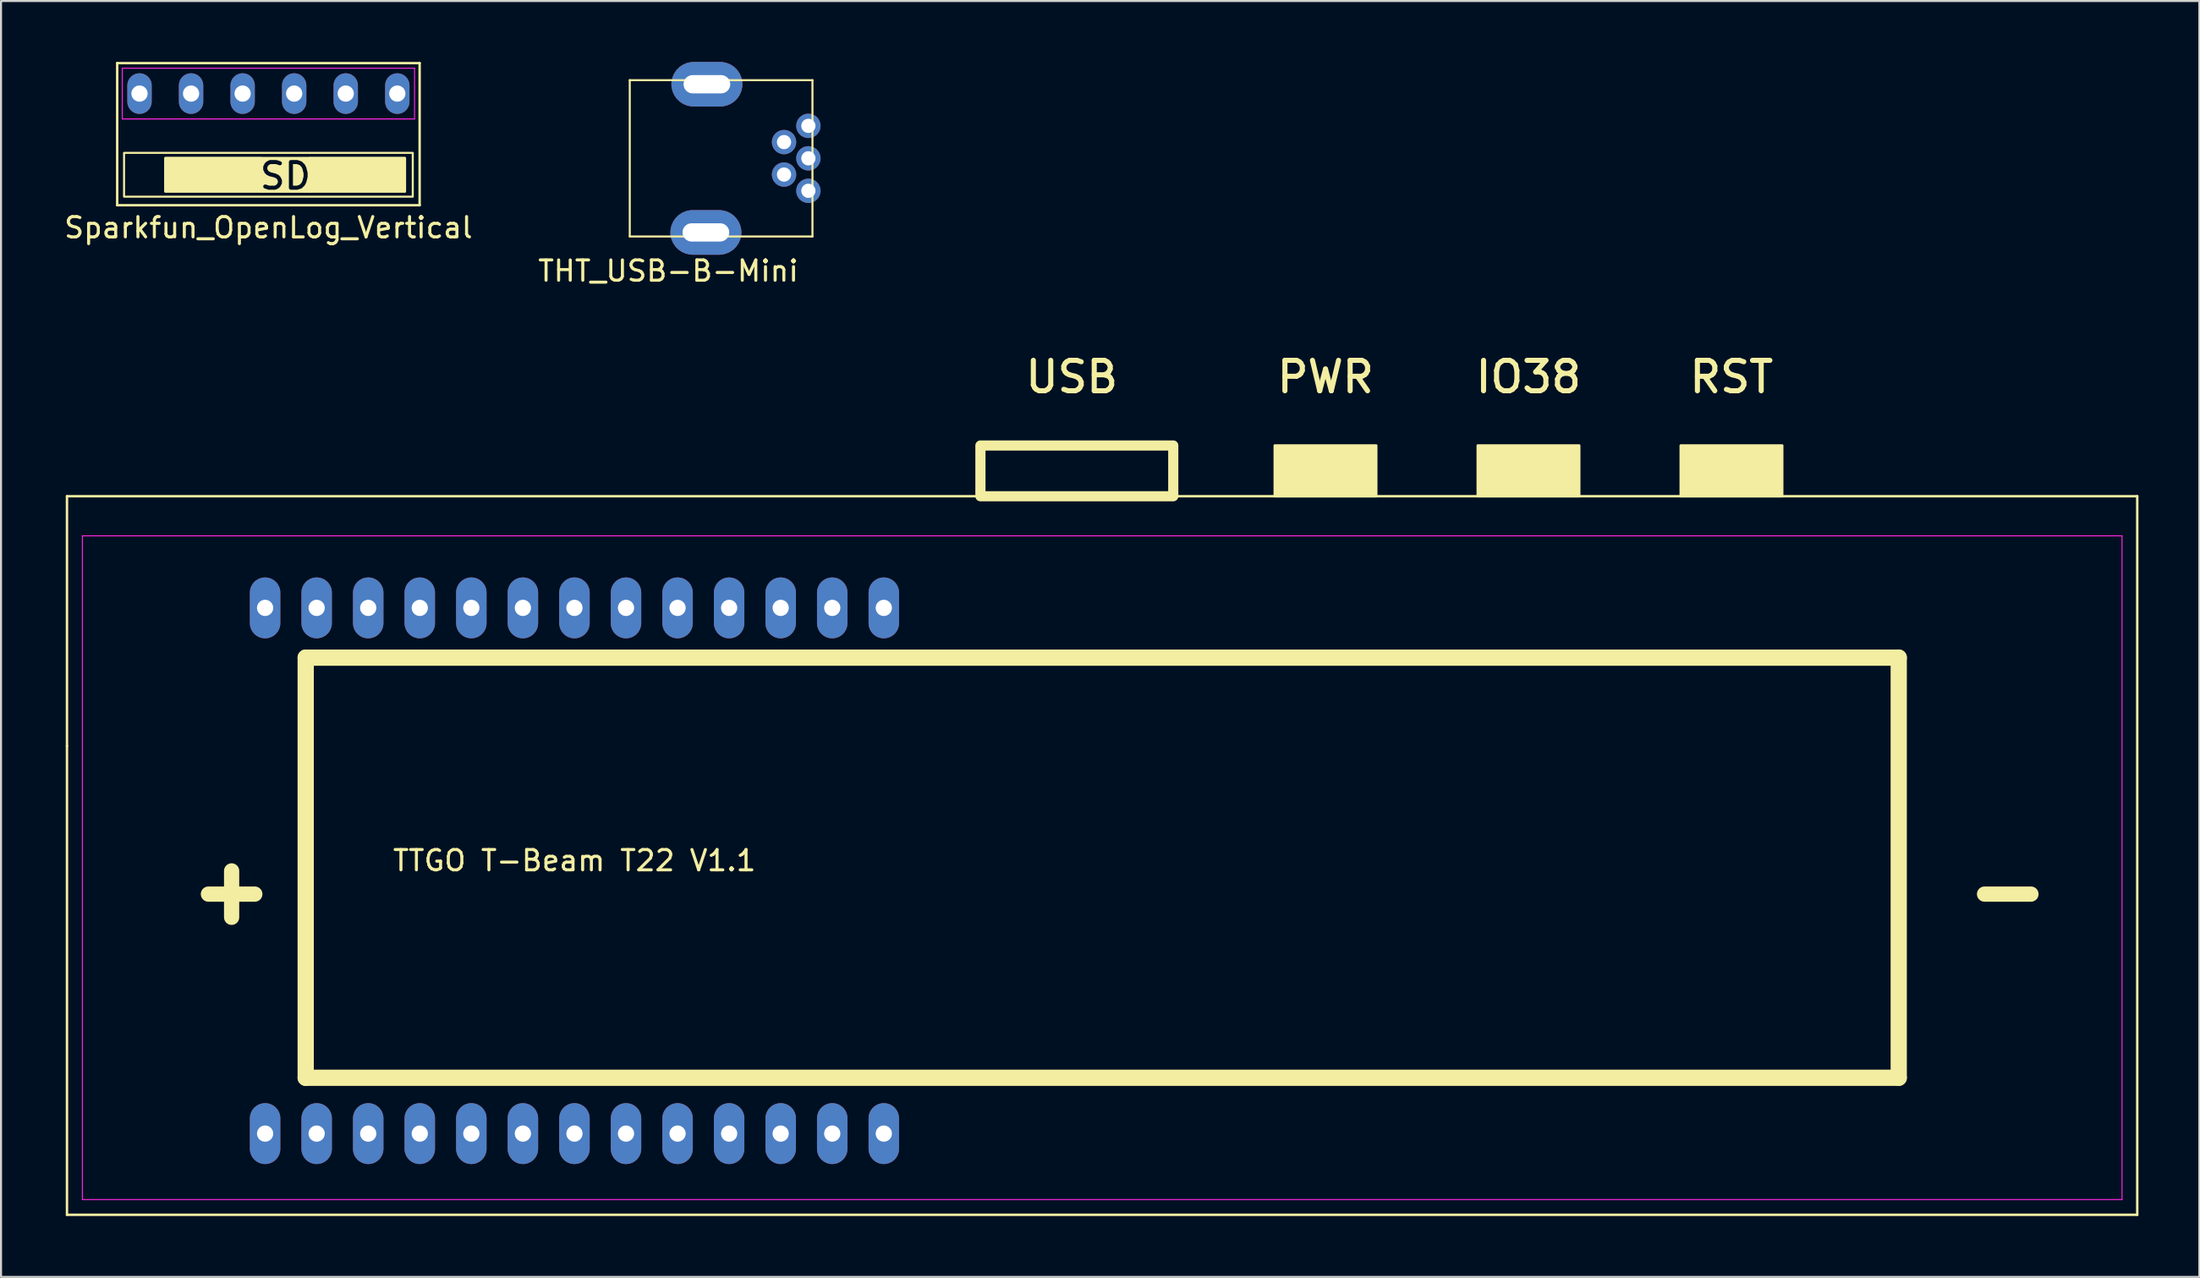
<source format=kicad_pcb>
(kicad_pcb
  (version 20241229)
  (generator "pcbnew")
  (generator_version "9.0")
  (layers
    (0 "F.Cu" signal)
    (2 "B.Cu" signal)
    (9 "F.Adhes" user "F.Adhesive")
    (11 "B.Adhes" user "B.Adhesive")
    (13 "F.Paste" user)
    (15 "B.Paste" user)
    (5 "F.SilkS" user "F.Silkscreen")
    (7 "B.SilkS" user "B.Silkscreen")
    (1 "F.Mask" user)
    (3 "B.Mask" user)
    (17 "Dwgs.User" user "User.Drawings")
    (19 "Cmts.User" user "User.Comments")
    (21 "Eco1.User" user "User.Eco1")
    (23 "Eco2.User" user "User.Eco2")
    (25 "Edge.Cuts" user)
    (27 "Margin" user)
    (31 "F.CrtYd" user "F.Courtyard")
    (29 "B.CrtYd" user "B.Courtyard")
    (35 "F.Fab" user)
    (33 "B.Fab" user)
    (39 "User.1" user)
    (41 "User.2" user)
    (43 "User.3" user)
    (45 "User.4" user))
  (footprint "THT_USB-B-Mini"
    (layer "F.Cu")
    (at 27.975 8.6)
    (property "Reference" "THT_USB-B-Mini" (at 1.9 1.7 0) (layer "F.SilkS") (effects (font (size 1 1) (thickness 0.15))))
    (attr through_hole)
    (fp_line (start 0 -7.7) (end 9 -7.7) (stroke (width 0.1) (type solid)) (layer "F.SilkS"))
    (fp_line (start 0 0) (end 0 -7.7) (stroke (width 0.1) (type solid)) (layer "F.SilkS"))
    (fp_line (start 9 -7.7) (end 9 0) (stroke (width 0.1) (type solid)) (layer "F.SilkS"))
    (fp_line (start 9 0) (end 0 0) (stroke (width 0.1) (type solid)) (layer "F.SilkS"))
    (pad "1" thru_hole circle (at 8.8 -5.45 90) (size 1.2 1.2) (drill 0.7) (layers "*.Cu" "*.Mask"))
    (pad "2" thru_hole circle (at 7.6 -4.65 90) (size 1.2 1.2) (drill 0.7) (layers "*.Cu" "*.Mask"))
    (pad "3" thru_hole circle (at 8.8 -3.85 90) (size 1.2 1.2) (drill 0.7) (layers "*.Cu" "*.Mask"))
    (pad "4" thru_hole circle (at 7.6 -3.05 90) (size 1.2 1.2) (drill 0.7) (layers "*.Cu" "*.Mask"))
    (pad "5" thru_hole circle (at 8.8 -2.25 90) (size 1.2 1.2) (drill 0.7) (layers "*.Cu" "*.Mask"))
    (pad "6" thru_hole roundrect (at 3.75 -0.2 90) (size 2.2 3.5) (drill oval 0.9 2.3) (layers "*.Cu" "*.Mask") (roundrect_rratio 0.5))
    (pad "7" thru_hole roundrect (at 3.8 -7.5 90) (size 2.2 3.5) (drill oval 0.9 2.3) (layers "*.Cu" "*.Mask") (roundrect_rratio 0.5)))
  (footprint "Sparkfun_OpenLog_Vertical"
    (layer "F.Cu")
    (at 10.173 1.56)
    (property "Reference" "Sparkfun_OpenLog_Vertical" (at 0 6.604 0) (layer "F.SilkS") (effects (font (size 1 1) (thickness 0.15))))
    (attr through_hole)
    (fp_line (start -7.45 -1.5) (end 7.45 -1.5) (stroke (width 0.12) (type default)) (layer "F.SilkS"))
    (fp_line (start -7.45 5.5) (end -7.45 -1.5) (stroke (width 0.12) (type solid)) (layer "F.SilkS"))
    (fp_line (start 7.45 -1.5) (end 7.45 5.5) (stroke (width 0.12) (type solid)) (layer "F.SilkS"))
    (fp_line (start 7.45 5.5) (end -7.45 5.5) (stroke (width 0.12) (type solid)) (layer "F.SilkS"))
    (fp_rect (start -7.112 2.921) (end 7.112 5.08) (stroke (width 0.1) (type default)) (fill no) (layer "F.SilkS"))
    (fp_rect (start -5.08 3.175) (end -0.381 4.826) (stroke (width 0.1) (type solid)) (fill yes) (layer "F.SilkS"))
    (fp_rect (start -5.08 3.175) (end 6.731 4.826) (stroke (width 0.1) (type solid)) (fill no) (layer "F.SilkS"))
    (fp_rect (start 2.032 3.175) (end 6.731 4.826) (stroke (width 0.1) (type solid)) (fill yes) (layer "F.SilkS"))
    (fp_line (start -7.2 -1.25) (end 7.2 -1.25) (stroke (width 0.05) (type default)) (layer "F.CrtYd"))
    (fp_line (start -7.2 1.25) (end -7.2 -1.25) (stroke (width 0.05) (type default)) (layer "F.CrtYd"))
    (fp_line (start 7.2 -1.25) (end 7.2 1.25) (stroke (width 0.05) (type default)) (layer "F.CrtYd"))
    (fp_line (start 7.2 1.25) (end -7.2 1.25) (stroke (width 0.05) (type default)) (layer "F.CrtYd"))
    (fp_text user "SD" (at 0.838 4.064 0) (unlocked yes) (layer "F.SilkS" knockout) (effects (font (size 1.265 1.265) (thickness 0.2))))
    (pad "1" thru_hole oval (at -6.35 0) (size 1.2 2) (drill 0.8) (layers "*.Cu" "*.Mask"))
    (pad "2" thru_hole oval (at -3.81 0) (size 1.2 2) (drill 0.8) (layers "*.Cu" "*.Mask"))
    (pad "3" thru_hole oval (at -1.27 0) (size 1.2 2) (drill 0.8) (layers "*.Cu" "*.Mask"))
    (pad "4" thru_hole oval (at 1.27 0) (size 1.2 2) (drill 0.8) (layers "*.Cu" "*.Mask"))
    (pad "5" thru_hole oval (at 3.81 0) (size 1.2 2) (drill 0.8) (layers "*.Cu" "*.Mask"))
    (pad "6" thru_hole oval (at 6.35 0) (size 1.2 2) (drill 0.8) (layers "*.Cu" "*.Mask")))
  (footprint "TTGO T-Beam T22 V1.1"
    (layer "F.Cu")
    (at 0.25 21.398)
    (property "Reference" "TTGO T-Beam T22 V1.1" (at 25 17.95 0) (unlocked yes) (layer "F.SilkS") (effects (font (size 1 1) (thickness 0.15))))
    (attr through_hole)
    (fp_line (start 0 0) (end 0 12.3) (stroke (width 0.12) (type default)) (layer "F.SilkS"))
    (fp_line (start 0 12.3) (end 0 35.4) (stroke (width 0.12) (type default)) (layer "F.SilkS"))
    (fp_line (start 0 35.4) (end 101.99 35.4) (stroke (width 0.12) (type default)) (layer "F.SilkS"))
    (fp_line (start 11.76 7.95) (end 11.76 28.65) (stroke (width 0.8) (type default)) (layer "F.SilkS"))
    (fp_line (start 11.76 28.65) (end 90.24 28.65) (stroke (width 0.8) (type default)) (layer "F.SilkS"))
    (fp_line (start 90.24 7.95) (end 11.76 7.95) (stroke (width 0.8) (type default)) (layer "F.SilkS"))
    (fp_line (start 90.24 7.95) (end 90.24 28.65) (stroke (width 0.8) (type default)) (layer "F.SilkS"))
    (fp_line (start 101.99 0) (end 0 0) (stroke (width 0.12) (type default)) (layer "F.SilkS"))
    (fp_line (start 101.99 35.4) (end 101.99 0) (stroke (width 0.12) (type default)) (layer "F.SilkS"))
    (fp_rect (start 54.5 0) (end 45 -2.5) (stroke (width 0.5) (type solid)) (fill no) (layer "F.SilkS"))
    (fp_rect (start 64.5 0) (end 59.5 -2.5) (stroke (width 0.12) (type solid)) (fill yes) (layer "F.SilkS"))
    (fp_rect (start 74.5 0) (end 69.5 -2.5) (stroke (width 0.12) (type solid)) (fill yes) (layer "F.SilkS"))
    (fp_rect (start 84.5 0) (end 79.5 -2.5) (stroke (width 0.12) (type solid)) (fill yes) (layer "F.SilkS"))
    (fp_line (start 0.76 34.65) (end 0.76 1.95) (stroke (width 0.05) (type default)) (layer "F.CrtYd"))
    (fp_line (start 0.76 34.65) (end 101.24 34.65) (stroke (width 0.05) (type default)) (layer "F.CrtYd"))
    (fp_line (start 101.24 1.95) (end 0.76 1.95) (stroke (width 0.05) (type default)) (layer "F.CrtYd"))
    (fp_line (start 101.24 1.95) (end 101.24 34.65) (stroke (width 0.05) (type default)) (layer "F.CrtYd"))
    (fp_text user "+" (at 5.76 21.15 0) (unlocked yes) (layer "F.SilkS") (effects (font (size 3 3) (thickness 0.75) (bold yes)) (justify left bottom)))
    (fp_text user "RST" (at 82 -5 0) (unlocked yes) (layer "F.SilkS") (effects (font (size 1.5 1.5) (thickness 0.25) (bold yes)) (justify bottom)))
    (fp_text user "PWR" (at 62 -5 0) (unlocked yes) (layer "F.SilkS") (effects (font (size 1.5 1.5) (thickness 0.25) (bold yes)) (justify bottom)))
    (fp_text user "-" (at 93.26 21.15 0) (unlocked yes) (layer "F.SilkS") (effects (font (size 3 3) (thickness 0.75) (bold yes)) (justify left bottom)))
    (fp_text user "IO38" (at 72 -5 0) (unlocked yes) (layer "F.SilkS") (effects (font (size 1.5 1.5) (thickness 0.25) (bold yes)) (justify bottom)))
    (fp_text user "USB" (at 49.5 -5 0) (unlocked yes) (layer "F.SilkS") (effects (font (size 1.5 1.5) (thickness 0.25) (bold yes)) (justify bottom)))
    (pad "1" thru_hole oval (at 9.76 5.5) (size 1.5 3) (drill 0.8) (layers "*.Cu" "*.Mask"))
    (pad "2" thru_hole oval (at 12.3 5.5) (size 1.5 3) (drill 0.8) (layers "*.Cu" "*.Mask"))
    (pad "3" thru_hole oval (at 14.84 5.5) (size 1.5 3) (drill 0.8) (layers "*.Cu" "*.Mask"))
    (pad "4" thru_hole oval (at 17.38 5.5) (size 1.5 3) (drill 0.8) (layers "*.Cu" "*.Mask"))
    (pad "5" thru_hole oval (at 19.92 5.5) (size 1.5 3) (drill 0.8) (layers "*.Cu" "*.Mask"))
    (pad "6" thru_hole oval (at 22.46 5.5) (size 1.5 3) (drill 0.8) (layers "*.Cu" "*.Mask"))
    (pad "7" thru_hole oval (at 25 5.5) (size 1.5 3) (drill 0.8) (layers "*.Cu" "*.Mask"))
    (pad "8" thru_hole oval (at 27.54 5.5) (size 1.5 3) (drill 0.8) (layers "*.Cu" "*.Mask"))
    (pad "9" thru_hole oval (at 30.08 5.5) (size 1.5 3) (drill 0.8) (layers "*.Cu" "*.Mask"))
    (pad "10" thru_hole oval (at 32.62 5.5) (size 1.5 3) (drill 0.8) (layers "*.Cu" "*.Mask"))
    (pad "11" thru_hole oval (at 35.16 5.5) (size 1.5 3) (drill 0.8) (layers "*.Cu" "*.Mask"))
    (pad "12" thru_hole oval (at 37.7 5.5) (size 1.5 3) (drill 0.8) (layers "*.Cu" "*.Mask"))
    (pad "13" thru_hole oval (at 40.24 5.5) (size 1.5 3) (drill 0.8) (layers "*.Cu" "*.Mask"))
    (pad "14" thru_hole oval (at 40.24 31.4) (size 1.5 3) (drill 0.8) (layers "*.Cu" "*.Mask"))
    (pad "15" thru_hole oval (at 37.7 31.4) (size 1.5 3) (drill 0.8) (layers "*.Cu" "*.Mask"))
    (pad "16" thru_hole oval (at 35.16 31.4) (size 1.5 3) (drill 0.8) (layers "*.Cu" "*.Mask"))
    (pad "17" thru_hole oval (at 32.62 31.4) (size 1.5 3) (drill 0.8) (layers "*.Cu" "*.Mask"))
    (pad "18" thru_hole oval (at 30.08 31.4) (size 1.5 3) (drill 0.8) (layers "*.Cu" "*.Mask"))
    (pad "19" thru_hole oval (at 27.54 31.4) (size 1.5 3) (drill 0.8) (layers "*.Cu" "*.Mask"))
    (pad "20" thru_hole oval (at 25 31.4) (size 1.5 3) (drill 0.8) (layers "*.Cu" "*.Mask"))
    (pad "21" thru_hole oval (at 22.46 31.4) (size 1.5 3) (drill 0.8) (layers "*.Cu" "*.Mask"))
    (pad "22" thru_hole oval (at 19.92 31.4) (size 1.5 3) (drill 0.8) (layers "*.Cu" "*.Mask"))
    (pad "23" thru_hole oval (at 17.38 31.4) (size 1.5 3) (drill 0.8) (layers "*.Cu" "*.Mask"))
    (pad "24" thru_hole oval (at 14.84 31.4) (size 1.5 3) (drill 0.8) (layers "*.Cu" "*.Mask"))
    (pad "25" thru_hole oval (at 12.3 31.4) (size 1.5 3) (drill 0.8) (layers "*.Cu" "*.Mask"))
    (pad "26" thru_hole oval (at 9.76 31.4) (size 1.5 3) (drill 0.8) (layers "*.Cu" "*.Mask")))
  (gr_rect
    (start -3 -3)
    (end 105.3 59.858)
    (stroke (width 0.1) (type default))
    (fill no)
    (layer "Edge.Cuts")))
</source>
